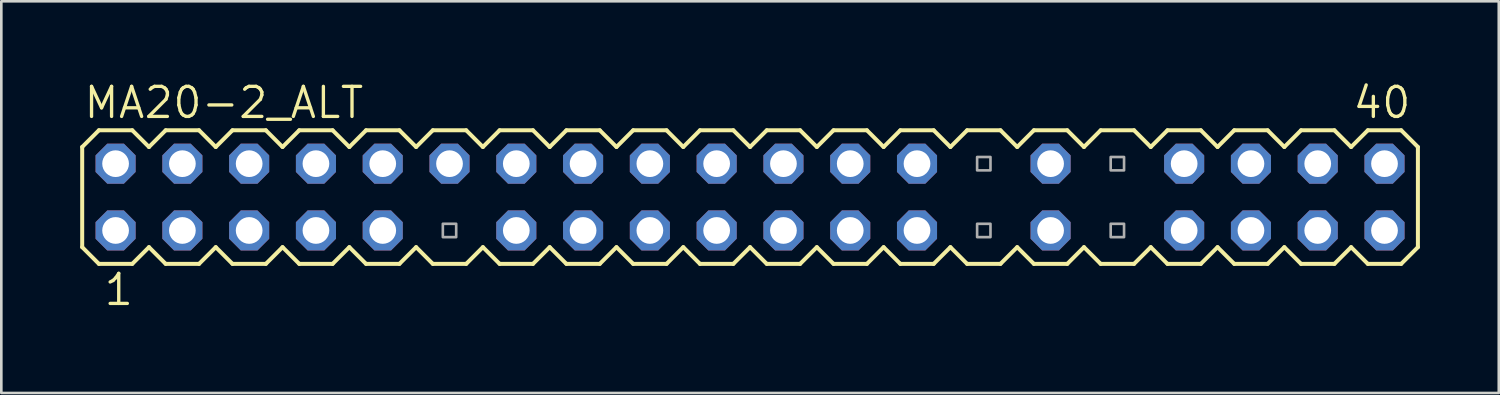
<source format=kicad_pcb>
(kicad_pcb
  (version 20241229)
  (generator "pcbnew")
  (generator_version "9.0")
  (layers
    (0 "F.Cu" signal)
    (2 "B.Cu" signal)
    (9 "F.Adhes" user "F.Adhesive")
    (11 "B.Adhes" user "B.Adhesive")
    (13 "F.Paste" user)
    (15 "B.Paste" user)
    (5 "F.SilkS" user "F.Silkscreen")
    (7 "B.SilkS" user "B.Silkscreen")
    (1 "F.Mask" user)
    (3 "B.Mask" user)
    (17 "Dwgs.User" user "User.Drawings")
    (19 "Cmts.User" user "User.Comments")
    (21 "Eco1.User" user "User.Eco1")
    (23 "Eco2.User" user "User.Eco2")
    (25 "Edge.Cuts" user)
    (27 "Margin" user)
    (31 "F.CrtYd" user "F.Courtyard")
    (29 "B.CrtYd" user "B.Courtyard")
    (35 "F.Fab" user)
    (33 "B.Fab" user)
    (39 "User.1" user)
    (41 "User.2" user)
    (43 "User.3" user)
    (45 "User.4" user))
  (footprint "MA20-2_ALT"
    (layer "F.Cu")
    (at 25.476 4.445)
    (property "Reference" "MA20-2_ALT" (at -25.4 -2.921 0) (layer "F.SilkS") (effects (font (size 1.143 1.143) (thickness 0.127)) (justify left bottom)))
    (fp_line (start -25.4 -1.905) (end -25.4 1.905) (stroke (width 0.152) (type solid)) (layer "F.SilkS"))
    (fp_line (start -25.4 1.905) (end -24.765 2.54) (stroke (width 0.152) (type solid)) (layer "F.SilkS"))
    (fp_line (start -24.765 -2.54) (end -25.4 -1.905) (stroke (width 0.152) (type solid)) (layer "F.SilkS"))
    (fp_line (start -24.765 -2.54) (end -23.495 -2.54) (stroke (width 0.152) (type solid)) (layer "F.SilkS"))
    (fp_line (start -23.495 -2.54) (end -22.86 -1.905) (stroke (width 0.152) (type solid)) (layer "F.SilkS"))
    (fp_line (start -23.495 2.54) (end -24.765 2.54) (stroke (width 0.152) (type solid)) (layer "F.SilkS"))
    (fp_line (start -22.86 -1.905) (end -22.225 -2.54) (stroke (width 0.152) (type solid)) (layer "F.SilkS"))
    (fp_line (start -22.86 1.905) (end -23.495 2.54) (stroke (width 0.152) (type solid)) (layer "F.SilkS"))
    (fp_line (start -22.225 -2.54) (end -20.955 -2.54) (stroke (width 0.152) (type solid)) (layer "F.SilkS"))
    (fp_line (start -22.225 2.54) (end -22.86 1.905) (stroke (width 0.152) (type solid)) (layer "F.SilkS"))
    (fp_line (start -20.955 -2.54) (end -20.32 -1.905) (stroke (width 0.152) (type solid)) (layer "F.SilkS"))
    (fp_line (start -20.955 2.54) (end -22.225 2.54) (stroke (width 0.152) (type solid)) (layer "F.SilkS"))
    (fp_line (start -20.32 -1.905) (end -19.685 -2.54) (stroke (width 0.152) (type solid)) (layer "F.SilkS"))
    (fp_line (start -20.32 1.905) (end -20.955 2.54) (stroke (width 0.152) (type solid)) (layer "F.SilkS"))
    (fp_line (start -19.685 -2.54) (end -18.415 -2.54) (stroke (width 0.152) (type solid)) (layer "F.SilkS"))
    (fp_line (start -19.685 2.54) (end -20.32 1.905) (stroke (width 0.152) (type solid)) (layer "F.SilkS"))
    (fp_line (start -18.415 -2.54) (end -17.78 -1.905) (stroke (width 0.152) (type solid)) (layer "F.SilkS"))
    (fp_line (start -18.415 2.54) (end -19.685 2.54) (stroke (width 0.152) (type solid)) (layer "F.SilkS"))
    (fp_line (start -17.78 1.905) (end -18.415 2.54) (stroke (width 0.152) (type solid)) (layer "F.SilkS"))
    (fp_line (start -17.78 1.905) (end -17.145 2.54) (stroke (width 0.152) (type solid)) (layer "F.SilkS"))
    (fp_line (start -17.145 -2.54) (end -17.78 -1.905) (stroke (width 0.152) (type solid)) (layer "F.SilkS"))
    (fp_line (start -17.145 -2.54) (end -15.875 -2.54) (stroke (width 0.152) (type solid)) (layer "F.SilkS"))
    (fp_line (start -15.875 -2.54) (end -15.24 -1.905) (stroke (width 0.152) (type solid)) (layer "F.SilkS"))
    (fp_line (start -15.875 2.54) (end -17.145 2.54) (stroke (width 0.152) (type solid)) (layer "F.SilkS"))
    (fp_line (start -15.24 -1.905) (end -14.605 -2.54) (stroke (width 0.152) (type solid)) (layer "F.SilkS"))
    (fp_line (start -15.24 1.905) (end -15.875 2.54) (stroke (width 0.152) (type solid)) (layer "F.SilkS"))
    (fp_line (start -14.605 -2.54) (end -13.335 -2.54) (stroke (width 0.152) (type solid)) (layer "F.SilkS"))
    (fp_line (start -14.605 2.54) (end -15.24 1.905) (stroke (width 0.152) (type solid)) (layer "F.SilkS"))
    (fp_line (start -13.335 -2.54) (end -12.7 -1.905) (stroke (width 0.152) (type solid)) (layer "F.SilkS"))
    (fp_line (start -13.335 2.54) (end -14.605 2.54) (stroke (width 0.152) (type solid)) (layer "F.SilkS"))
    (fp_line (start -12.7 -1.905) (end -12.065 -2.54) (stroke (width 0.152) (type solid)) (layer "F.SilkS"))
    (fp_line (start -12.7 1.905) (end -13.335 2.54) (stroke (width 0.152) (type solid)) (layer "F.SilkS"))
    (fp_line (start -12.065 -2.54) (end -10.795 -2.54) (stroke (width 0.152) (type solid)) (layer "F.SilkS"))
    (fp_line (start -12.065 2.54) (end -12.7 1.905) (stroke (width 0.152) (type solid)) (layer "F.SilkS"))
    (fp_line (start -10.795 -2.54) (end -10.16 -1.905) (stroke (width 0.152) (type solid)) (layer "F.SilkS"))
    (fp_line (start -10.795 2.54) (end -12.065 2.54) (stroke (width 0.152) (type solid)) (layer "F.SilkS"))
    (fp_line (start -10.16 -1.905) (end -9.525 -2.54) (stroke (width 0.152) (type solid)) (layer "F.SilkS"))
    (fp_line (start -10.16 1.905) (end -10.795 2.54) (stroke (width 0.152) (type solid)) (layer "F.SilkS"))
    (fp_line (start -9.525 -2.54) (end -8.255 -2.54) (stroke (width 0.152) (type solid)) (layer "F.SilkS"))
    (fp_line (start -9.525 2.54) (end -10.16 1.905) (stroke (width 0.152) (type solid)) (layer "F.SilkS"))
    (fp_line (start -8.255 -2.54) (end -7.62 -1.905) (stroke (width 0.152) (type solid)) (layer "F.SilkS"))
    (fp_line (start -8.255 2.54) (end -9.525 2.54) (stroke (width 0.152) (type solid)) (layer "F.SilkS"))
    (fp_line (start -7.62 1.905) (end -8.255 2.54) (stroke (width 0.152) (type solid)) (layer "F.SilkS"))
    (fp_line (start -7.62 1.905) (end -6.985 2.54) (stroke (width 0.152) (type solid)) (layer "F.SilkS"))
    (fp_line (start -6.985 -2.54) (end -7.62 -1.905) (stroke (width 0.152) (type solid)) (layer "F.SilkS"))
    (fp_line (start -6.985 -2.54) (end -5.715 -2.54) (stroke (width 0.152) (type solid)) (layer "F.SilkS"))
    (fp_line (start -5.715 -2.54) (end -5.08 -1.905) (stroke (width 0.152) (type solid)) (layer "F.SilkS"))
    (fp_line (start -5.715 2.54) (end -6.985 2.54) (stroke (width 0.152) (type solid)) (layer "F.SilkS"))
    (fp_line (start -5.08 -1.905) (end -4.445 -2.54) (stroke (width 0.152) (type solid)) (layer "F.SilkS"))
    (fp_line (start -5.08 1.905) (end -5.715 2.54) (stroke (width 0.152) (type solid)) (layer "F.SilkS"))
    (fp_line (start -4.445 -2.54) (end -3.175 -2.54) (stroke (width 0.152) (type solid)) (layer "F.SilkS"))
    (fp_line (start -4.445 2.54) (end -5.08 1.905) (stroke (width 0.152) (type solid)) (layer "F.SilkS"))
    (fp_line (start -3.175 -2.54) (end -2.54 -1.905) (stroke (width 0.152) (type solid)) (layer "F.SilkS"))
    (fp_line (start -3.175 2.54) (end -4.445 2.54) (stroke (width 0.152) (type solid)) (layer "F.SilkS"))
    (fp_line (start -2.54 -1.905) (end -1.905 -2.54) (stroke (width 0.152) (type solid)) (layer "F.SilkS"))
    (fp_line (start -2.54 1.905) (end -3.175 2.54) (stroke (width 0.152) (type solid)) (layer "F.SilkS"))
    (fp_line (start -1.905 -2.54) (end -0.635 -2.54) (stroke (width 0.152) (type solid)) (layer "F.SilkS"))
    (fp_line (start -1.905 2.54) (end -2.54 1.905) (stroke (width 0.152) (type solid)) (layer "F.SilkS"))
    (fp_line (start -0.635 -2.54) (end 0 -1.905) (stroke (width 0.152) (type solid)) (layer "F.SilkS"))
    (fp_line (start -0.635 2.54) (end -1.905 2.54) (stroke (width 0.152) (type solid)) (layer "F.SilkS"))
    (fp_line (start 0 1.905) (end -0.635 2.54) (stroke (width 0.152) (type solid)) (layer "F.SilkS"))
    (fp_line (start 0 1.905) (end 0.635 2.54) (stroke (width 0.152) (type solid)) (layer "F.SilkS"))
    (fp_line (start 0.635 -2.54) (end 0 -1.905) (stroke (width 0.152) (type solid)) (layer "F.SilkS"))
    (fp_line (start 0.635 -2.54) (end 1.905 -2.54) (stroke (width 0.152) (type solid)) (layer "F.SilkS"))
    (fp_line (start 1.905 -2.54) (end 2.54 -1.905) (stroke (width 0.152) (type solid)) (layer "F.SilkS"))
    (fp_line (start 1.905 2.54) (end 0.635 2.54) (stroke (width 0.152) (type solid)) (layer "F.SilkS"))
    (fp_line (start 2.54 -1.905) (end 3.175 -2.54) (stroke (width 0.152) (type solid)) (layer "F.SilkS"))
    (fp_line (start 2.54 1.905) (end 1.905 2.54) (stroke (width 0.152) (type solid)) (layer "F.SilkS"))
    (fp_line (start 3.175 -2.54) (end 4.445 -2.54) (stroke (width 0.152) (type solid)) (layer "F.SilkS"))
    (fp_line (start 3.175 2.54) (end 2.54 1.905) (stroke (width 0.152) (type solid)) (layer "F.SilkS"))
    (fp_line (start 4.445 -2.54) (end 5.08 -1.905) (stroke (width 0.152) (type solid)) (layer "F.SilkS"))
    (fp_line (start 4.445 2.54) (end 3.175 2.54) (stroke (width 0.152) (type solid)) (layer "F.SilkS"))
    (fp_line (start 5.08 -1.905) (end 5.715 -2.54) (stroke (width 0.152) (type solid)) (layer "F.SilkS"))
    (fp_line (start 5.08 1.905) (end 4.445 2.54) (stroke (width 0.152) (type solid)) (layer "F.SilkS"))
    (fp_line (start 5.715 -2.54) (end 6.985 -2.54) (stroke (width 0.152) (type solid)) (layer "F.SilkS"))
    (fp_line (start 5.715 2.54) (end 5.08 1.905) (stroke (width 0.152) (type solid)) (layer "F.SilkS"))
    (fp_line (start 6.985 -2.54) (end 7.62 -1.905) (stroke (width 0.152) (type solid)) (layer "F.SilkS"))
    (fp_line (start 6.985 2.54) (end 5.715 2.54) (stroke (width 0.152) (type solid)) (layer "F.SilkS"))
    (fp_line (start 7.62 -1.905) (end 8.255 -2.54) (stroke (width 0.152) (type solid)) (layer "F.SilkS"))
    (fp_line (start 7.62 1.905) (end 6.985 2.54) (stroke (width 0.152) (type solid)) (layer "F.SilkS"))
    (fp_line (start 8.255 -2.54) (end 9.525 -2.54) (stroke (width 0.152) (type solid)) (layer "F.SilkS"))
    (fp_line (start 8.255 2.54) (end 7.62 1.905) (stroke (width 0.152) (type solid)) (layer "F.SilkS"))
    (fp_line (start 9.525 -2.54) (end 10.16 -1.905) (stroke (width 0.152) (type solid)) (layer "F.SilkS"))
    (fp_line (start 9.525 2.54) (end 8.255 2.54) (stroke (width 0.152) (type solid)) (layer "F.SilkS"))
    (fp_line (start 10.16 1.905) (end 9.525 2.54) (stroke (width 0.152) (type solid)) (layer "F.SilkS"))
    (fp_line (start 10.16 1.905) (end 10.795 2.54) (stroke (width 0.152) (type solid)) (layer "F.SilkS"))
    (fp_line (start 10.795 -2.54) (end 10.16 -1.905) (stroke (width 0.152) (type solid)) (layer "F.SilkS"))
    (fp_line (start 10.795 -2.54) (end 12.065 -2.54) (stroke (width 0.152) (type solid)) (layer "F.SilkS"))
    (fp_line (start 12.065 -2.54) (end 12.7 -1.905) (stroke (width 0.152) (type solid)) (layer "F.SilkS"))
    (fp_line (start 12.065 2.54) (end 10.795 2.54) (stroke (width 0.152) (type solid)) (layer "F.SilkS"))
    (fp_line (start 12.7 -1.905) (end 13.335 -2.54) (stroke (width 0.152) (type solid)) (layer "F.SilkS"))
    (fp_line (start 12.7 1.905) (end 12.065 2.54) (stroke (width 0.152) (type solid)) (layer "F.SilkS"))
    (fp_line (start 13.335 -2.54) (end 14.605 -2.54) (stroke (width 0.152) (type solid)) (layer "F.SilkS"))
    (fp_line (start 13.335 2.54) (end 12.7 1.905) (stroke (width 0.152) (type solid)) (layer "F.SilkS"))
    (fp_line (start 14.605 -2.54) (end 15.24 -1.905) (stroke (width 0.152) (type solid)) (layer "F.SilkS"))
    (fp_line (start 14.605 2.54) (end 13.335 2.54) (stroke (width 0.152) (type solid)) (layer "F.SilkS"))
    (fp_line (start 15.24 -1.905) (end 15.875 -2.54) (stroke (width 0.152) (type solid)) (layer "F.SilkS"))
    (fp_line (start 15.24 1.905) (end 14.605 2.54) (stroke (width 0.152) (type solid)) (layer "F.SilkS"))
    (fp_line (start 15.875 -2.54) (end 17.145 -2.54) (stroke (width 0.152) (type solid)) (layer "F.SilkS"))
    (fp_line (start 15.875 2.54) (end 15.24 1.905) (stroke (width 0.152) (type solid)) (layer "F.SilkS"))
    (fp_line (start 17.145 -2.54) (end 17.78 -1.905) (stroke (width 0.152) (type solid)) (layer "F.SilkS"))
    (fp_line (start 17.145 2.54) (end 15.875 2.54) (stroke (width 0.152) (type solid)) (layer "F.SilkS"))
    (fp_line (start 17.78 1.905) (end 17.145 2.54) (stroke (width 0.152) (type solid)) (layer "F.SilkS"))
    (fp_line (start 17.78 1.905) (end 18.415 2.54) (stroke (width 0.152) (type solid)) (layer "F.SilkS"))
    (fp_line (start 18.415 -2.54) (end 17.78 -1.905) (stroke (width 0.152) (type solid)) (layer "F.SilkS"))
    (fp_line (start 18.415 -2.54) (end 19.685 -2.54) (stroke (width 0.152) (type solid)) (layer "F.SilkS"))
    (fp_line (start 19.685 -2.54) (end 20.32 -1.905) (stroke (width 0.152) (type solid)) (layer "F.SilkS"))
    (fp_line (start 19.685 2.54) (end 18.415 2.54) (stroke (width 0.152) (type solid)) (layer "F.SilkS"))
    (fp_line (start 20.32 -1.905) (end 20.955 -2.54) (stroke (width 0.152) (type solid)) (layer "F.SilkS"))
    (fp_line (start 20.32 1.905) (end 19.685 2.54) (stroke (width 0.152) (type solid)) (layer "F.SilkS"))
    (fp_line (start 20.955 -2.54) (end 22.225 -2.54) (stroke (width 0.152) (type solid)) (layer "F.SilkS"))
    (fp_line (start 20.955 2.54) (end 20.32 1.905) (stroke (width 0.152) (type solid)) (layer "F.SilkS"))
    (fp_line (start 22.225 -2.54) (end 22.86 -1.905) (stroke (width 0.152) (type solid)) (layer "F.SilkS"))
    (fp_line (start 22.225 2.54) (end 20.955 2.54) (stroke (width 0.152) (type solid)) (layer "F.SilkS"))
    (fp_line (start 22.86 -1.905) (end 23.495 -2.54) (stroke (width 0.152) (type solid)) (layer "F.SilkS"))
    (fp_line (start 22.86 1.905) (end 22.225 2.54) (stroke (width 0.152) (type solid)) (layer "F.SilkS"))
    (fp_line (start 23.495 -2.54) (end 24.765 -2.54) (stroke (width 0.152) (type solid)) (layer "F.SilkS"))
    (fp_line (start 23.495 2.54) (end 22.86 1.905) (stroke (width 0.152) (type solid)) (layer "F.SilkS"))
    (fp_line (start 24.765 -2.54) (end 25.4 -1.905) (stroke (width 0.152) (type solid)) (layer "F.SilkS"))
    (fp_line (start 24.765 2.54) (end 23.495 2.54) (stroke (width 0.152) (type solid)) (layer "F.SilkS"))
    (fp_line (start 25.4 -1.905) (end 25.4 1.905) (stroke (width 0.152) (type solid)) (layer "F.SilkS"))
    (fp_line (start 25.4 1.905) (end 24.765 2.54) (stroke (width 0.152) (type solid)) (layer "F.SilkS"))
    (fp_poly (pts (xy -24.384 -1.016) (xy -23.876 -1.016) (xy -23.876 -1.524) (xy -24.384 -1.524)) (stroke (width 0.1) (type default)) (fill no) (layer "F.Fab"))
    (fp_poly (pts (xy -24.384 1.524) (xy -23.876 1.524) (xy -23.876 1.016) (xy -24.384 1.016)) (stroke (width 0.1) (type default)) (fill no) (layer "F.Fab"))
    (fp_poly (pts (xy -21.844 -1.016) (xy -21.336 -1.016) (xy -21.336 -1.524) (xy -21.844 -1.524)) (stroke (width 0.1) (type default)) (fill no) (layer "F.Fab"))
    (fp_poly (pts (xy -21.844 1.524) (xy -21.336 1.524) (xy -21.336 1.016) (xy -21.844 1.016)) (stroke (width 0.1) (type default)) (fill no) (layer "F.Fab"))
    (fp_poly (pts (xy -19.304 -1.016) (xy -18.796 -1.016) (xy -18.796 -1.524) (xy -19.304 -1.524)) (stroke (width 0.1) (type default)) (fill no) (layer "F.Fab"))
    (fp_poly (pts (xy -19.304 1.524) (xy -18.796 1.524) (xy -18.796 1.016) (xy -19.304 1.016)) (stroke (width 0.1) (type default)) (fill no) (layer "F.Fab"))
    (fp_poly (pts (xy -16.764 -1.016) (xy -16.256 -1.016) (xy -16.256 -1.524) (xy -16.764 -1.524)) (stroke (width 0.1) (type default)) (fill no) (layer "F.Fab"))
    (fp_poly (pts (xy -16.764 1.524) (xy -16.256 1.524) (xy -16.256 1.016) (xy -16.764 1.016)) (stroke (width 0.1) (type default)) (fill no) (layer "F.Fab"))
    (fp_poly (pts (xy -14.224 -1.016) (xy -13.716 -1.016) (xy -13.716 -1.524) (xy -14.224 -1.524)) (stroke (width 0.1) (type default)) (fill no) (layer "F.Fab"))
    (fp_poly (pts (xy -14.224 1.524) (xy -13.716 1.524) (xy -13.716 1.016) (xy -14.224 1.016)) (stroke (width 0.1) (type default)) (fill no) (layer "F.Fab"))
    (fp_poly (pts (xy -11.684 -1.016) (xy -11.176 -1.016) (xy -11.176 -1.524) (xy -11.684 -1.524)) (stroke (width 0.1) (type default)) (fill no) (layer "F.Fab"))
    (fp_poly (pts (xy -11.684 1.524) (xy -11.176 1.524) (xy -11.176 1.016) (xy -11.684 1.016)) (stroke (width 0.1) (type default)) (fill no) (layer "F.Fab"))
    (fp_poly (pts (xy -9.144 -1.016) (xy -8.636 -1.016) (xy -8.636 -1.524) (xy -9.144 -1.524)) (stroke (width 0.1) (type default)) (fill no) (layer "F.Fab"))
    (fp_poly (pts (xy -9.144 1.524) (xy -8.636 1.524) (xy -8.636 1.016) (xy -9.144 1.016)) (stroke (width 0.1) (type default)) (fill no) (layer "F.Fab"))
    (fp_poly (pts (xy -6.604 -1.016) (xy -6.096 -1.016) (xy -6.096 -1.524) (xy -6.604 -1.524)) (stroke (width 0.1) (type default)) (fill no) (layer "F.Fab"))
    (fp_poly (pts (xy -6.604 1.524) (xy -6.096 1.524) (xy -6.096 1.016) (xy -6.604 1.016)) (stroke (width 0.1) (type default)) (fill no) (layer "F.Fab"))
    (fp_poly (pts (xy -4.064 -1.016) (xy -3.556 -1.016) (xy -3.556 -1.524) (xy -4.064 -1.524)) (stroke (width 0.1) (type default)) (fill no) (layer "F.Fab"))
    (fp_poly (pts (xy -4.064 1.524) (xy -3.556 1.524) (xy -3.556 1.016) (xy -4.064 1.016)) (stroke (width 0.1) (type default)) (fill no) (layer "F.Fab"))
    (fp_poly (pts (xy -1.524 -1.016) (xy -1.016 -1.016) (xy -1.016 -1.524) (xy -1.524 -1.524)) (stroke (width 0.1) (type default)) (fill no) (layer "F.Fab"))
    (fp_poly (pts (xy -1.524 1.524) (xy -1.016 1.524) (xy -1.016 1.016) (xy -1.524 1.016)) (stroke (width 0.1) (type default)) (fill no) (layer "F.Fab"))
    (fp_poly (pts (xy 1.016 -1.016) (xy 1.524 -1.016) (xy 1.524 -1.524) (xy 1.016 -1.524)) (stroke (width 0.1) (type default)) (fill no) (layer "F.Fab"))
    (fp_poly (pts (xy 1.016 1.524) (xy 1.524 1.524) (xy 1.524 1.016) (xy 1.016 1.016)) (stroke (width 0.1) (type default)) (fill no) (layer "F.Fab"))
    (fp_poly (pts (xy 3.556 -1.016) (xy 4.064 -1.016) (xy 4.064 -1.524) (xy 3.556 -1.524)) (stroke (width 0.1) (type default)) (fill no) (layer "F.Fab"))
    (fp_poly (pts (xy 3.556 1.524) (xy 4.064 1.524) (xy 4.064 1.016) (xy 3.556 1.016)) (stroke (width 0.1) (type default)) (fill no) (layer "F.Fab"))
    (fp_poly (pts (xy 6.096 -1.016) (xy 6.604 -1.016) (xy 6.604 -1.524) (xy 6.096 -1.524)) (stroke (width 0.1) (type default)) (fill no) (layer "F.Fab"))
    (fp_poly (pts (xy 6.096 1.524) (xy 6.604 1.524) (xy 6.604 1.016) (xy 6.096 1.016)) (stroke (width 0.1) (type default)) (fill no) (layer "F.Fab"))
    (fp_poly (pts (xy 8.636 -1.016) (xy 9.144 -1.016) (xy 9.144 -1.524) (xy 8.636 -1.524)) (stroke (width 0.1) (type default)) (fill no) (layer "F.Fab"))
    (fp_poly (pts (xy 8.636 1.524) (xy 9.144 1.524) (xy 9.144 1.016) (xy 8.636 1.016)) (stroke (width 0.1) (type default)) (fill no) (layer "F.Fab"))
    (fp_poly (pts (xy 11.176 -1.016) (xy 11.684 -1.016) (xy 11.684 -1.524) (xy 11.176 -1.524)) (stroke (width 0.1) (type default)) (fill no) (layer "F.Fab"))
    (fp_poly (pts (xy 11.176 1.524) (xy 11.684 1.524) (xy 11.684 1.016) (xy 11.176 1.016)) (stroke (width 0.1) (type default)) (fill no) (layer "F.Fab"))
    (fp_poly (pts (xy 13.716 -1.016) (xy 14.224 -1.016) (xy 14.224 -1.524) (xy 13.716 -1.524)) (stroke (width 0.1) (type default)) (fill no) (layer "F.Fab"))
    (fp_poly (pts (xy 13.716 1.524) (xy 14.224 1.524) (xy 14.224 1.016) (xy 13.716 1.016)) (stroke (width 0.1) (type default)) (fill no) (layer "F.Fab"))
    (fp_poly (pts (xy 16.256 -1.016) (xy 16.764 -1.016) (xy 16.764 -1.524) (xy 16.256 -1.524)) (stroke (width 0.1) (type default)) (fill no) (layer "F.Fab"))
    (fp_poly (pts (xy 16.256 1.524) (xy 16.764 1.524) (xy 16.764 1.016) (xy 16.256 1.016)) (stroke (width 0.1) (type default)) (fill no) (layer "F.Fab"))
    (fp_poly (pts (xy 18.796 -1.016) (xy 19.304 -1.016) (xy 19.304 -1.524) (xy 18.796 -1.524)) (stroke (width 0.1) (type default)) (fill no) (layer "F.Fab"))
    (fp_poly (pts (xy 18.796 1.524) (xy 19.304 1.524) (xy 19.304 1.016) (xy 18.796 1.016)) (stroke (width 0.1) (type default)) (fill no) (layer "F.Fab"))
    (fp_poly (pts (xy 21.336 -1.016) (xy 21.844 -1.016) (xy 21.844 -1.524) (xy 21.336 -1.524)) (stroke (width 0.1) (type default)) (fill no) (layer "F.Fab"))
    (fp_poly (pts (xy 21.336 1.524) (xy 21.844 1.524) (xy 21.844 1.016) (xy 21.336 1.016)) (stroke (width 0.1) (type default)) (fill no) (layer "F.Fab"))
    (fp_poly (pts (xy 23.876 -1.016) (xy 24.384 -1.016) (xy 24.384 -1.524) (xy 23.876 -1.524)) (stroke (width 0.1) (type default)) (fill no) (layer "F.Fab"))
    (fp_poly (pts (xy 23.876 1.524) (xy 24.384 1.524) (xy 24.384 1.016) (xy 23.876 1.016)) (stroke (width 0.1) (type default)) (fill no) (layer "F.Fab"))
    (fp_text user "40" (at 22.86 -2.921 0) (layer "F.SilkS") (effects (font (size 1.143 1.143) (thickness 0.127)) (justify left bottom)))
    (fp_text user "1" (at -24.638 4.191 0) (layer "F.SilkS") (effects (font (size 1.143 1.143) (thickness 0.127)) (justify left bottom)))
    (pad "1" thru_hole roundrect (at -24.13 1.27) (size 1.524 1.524) (drill 1.016) (layers "*.Cu" "*.Mask") (roundrect_rratio 0.25) (chamfer_ratio 0.293) (chamfer top_left top_right bottom_left bottom_right))
    (pad "2" thru_hole roundrect (at -24.13 -1.27) (size 1.524 1.524) (drill 1.016) (layers "*.Cu" "*.Mask") (roundrect_rratio 0.25) (chamfer_ratio 0.293) (chamfer top_left top_right bottom_left bottom_right))
    (pad "3" thru_hole roundrect (at -21.59 1.27) (size 1.524 1.524) (drill 1.016) (layers "*.Cu" "*.Mask") (roundrect_rratio 0.25) (chamfer_ratio 0.293) (chamfer top_left top_right bottom_left bottom_right))
    (pad "4" thru_hole roundrect (at -21.59 -1.27) (size 1.524 1.524) (drill 1.016) (layers "*.Cu" "*.Mask") (roundrect_rratio 0.25) (chamfer_ratio 0.293) (chamfer top_left top_right bottom_left bottom_right))
    (pad "5" thru_hole roundrect (at -19.05 1.27) (size 1.524 1.524) (drill 1.016) (layers "*.Cu" "*.Mask") (roundrect_rratio 0.25) (chamfer_ratio 0.293) (chamfer top_left top_right bottom_left bottom_right))
    (pad "6" thru_hole roundrect (at -19.05 -1.27) (size 1.524 1.524) (drill 1.016) (layers "*.Cu" "*.Mask") (roundrect_rratio 0.25) (chamfer_ratio 0.293) (chamfer top_left top_right bottom_left bottom_right))
    (pad "7" thru_hole roundrect (at -16.51 1.27) (size 1.524 1.524) (drill 1.016) (layers "*.Cu" "*.Mask") (roundrect_rratio 0.25) (chamfer_ratio 0.293) (chamfer top_left top_right bottom_left bottom_right))
    (pad "8" thru_hole roundrect (at -16.51 -1.27) (size 1.524 1.524) (drill 1.016) (layers "*.Cu" "*.Mask") (roundrect_rratio 0.25) (chamfer_ratio 0.293) (chamfer top_left top_right bottom_left bottom_right))
    (pad "9" thru_hole roundrect (at -13.97 1.27) (size 1.524 1.524) (drill 1.016) (layers "*.Cu" "*.Mask") (roundrect_rratio 0.25) (chamfer_ratio 0.293) (chamfer top_left top_right bottom_left bottom_right))
    (pad "10" thru_hole roundrect (at -13.97 -1.27) (size 1.524 1.524) (drill 1.016) (layers "*.Cu" "*.Mask") (roundrect_rratio 0.25) (chamfer_ratio 0.293) (chamfer top_left top_right bottom_left bottom_right))
    (pad "12" thru_hole roundrect (at -11.43 -1.27) (size 1.524 1.524) (drill 1.016) (layers "*.Cu" "*.Mask") (roundrect_rratio 0.25) (chamfer_ratio 0.293) (chamfer top_left top_right bottom_left bottom_right))
    (pad "13" thru_hole roundrect (at -8.89 1.27) (size 1.524 1.524) (drill 1.016) (layers "*.Cu" "*.Mask") (roundrect_rratio 0.25) (chamfer_ratio 0.293) (chamfer top_left top_right bottom_left bottom_right))
    (pad "14" thru_hole roundrect (at -8.89 -1.27) (size 1.524 1.524) (drill 1.016) (layers "*.Cu" "*.Mask") (roundrect_rratio 0.25) (chamfer_ratio 0.293) (chamfer top_left top_right bottom_left bottom_right))
    (pad "15" thru_hole roundrect (at -6.35 1.27) (size 1.524 1.524) (drill 1.016) (layers "*.Cu" "*.Mask") (roundrect_rratio 0.25) (chamfer_ratio 0.293) (chamfer top_left top_right bottom_left bottom_right))
    (pad "16" thru_hole roundrect (at -6.35 -1.27) (size 1.524 1.524) (drill 1.016) (layers "*.Cu" "*.Mask") (roundrect_rratio 0.25) (chamfer_ratio 0.293) (chamfer top_left top_right bottom_left bottom_right))
    (pad "17" thru_hole roundrect (at -3.81 1.27) (size 1.524 1.524) (drill 1.016) (layers "*.Cu" "*.Mask") (roundrect_rratio 0.25) (chamfer_ratio 0.293) (chamfer top_left top_right bottom_left bottom_right))
    (pad "18" thru_hole roundrect (at -3.81 -1.27) (size 1.524 1.524) (drill 1.016) (layers "*.Cu" "*.Mask") (roundrect_rratio 0.25) (chamfer_ratio 0.293) (chamfer top_left top_right bottom_left bottom_right))
    (pad "19" thru_hole roundrect (at -1.27 1.27) (size 1.524 1.524) (drill 1.016) (layers "*.Cu" "*.Mask") (roundrect_rratio 0.25) (chamfer_ratio 0.293) (chamfer top_left top_right bottom_left bottom_right))
    (pad "20" thru_hole roundrect (at -1.27 -1.27) (size 1.524 1.524) (drill 1.016) (layers "*.Cu" "*.Mask") (roundrect_rratio 0.25) (chamfer_ratio 0.293) (chamfer top_left top_right bottom_left bottom_right))
    (pad "21" thru_hole roundrect (at 1.27 1.27) (size 1.524 1.524) (drill 1.016) (layers "*.Cu" "*.Mask") (roundrect_rratio 0.25) (chamfer_ratio 0.293) (chamfer top_left top_right bottom_left bottom_right))
    (pad "22" thru_hole roundrect (at 1.27 -1.27) (size 1.524 1.524) (drill 1.016) (layers "*.Cu" "*.Mask") (roundrect_rratio 0.25) (chamfer_ratio 0.293) (chamfer top_left top_right bottom_left bottom_right))
    (pad "23" thru_hole roundrect (at 3.81 1.27) (size 1.524 1.524) (drill 1.016) (layers "*.Cu" "*.Mask") (roundrect_rratio 0.25) (chamfer_ratio 0.293) (chamfer top_left top_right bottom_left bottom_right))
    (pad "24" thru_hole roundrect (at 3.81 -1.27) (size 1.524 1.524) (drill 1.016) (layers "*.Cu" "*.Mask") (roundrect_rratio 0.25) (chamfer_ratio 0.293) (chamfer top_left top_right bottom_left bottom_right))
    (pad "25" thru_hole roundrect (at 6.35 1.27) (size 1.524 1.524) (drill 1.016) (layers "*.Cu" "*.Mask") (roundrect_rratio 0.25) (chamfer_ratio 0.293) (chamfer top_left top_right bottom_left bottom_right))
    (pad "26" thru_hole roundrect (at 6.35 -1.27) (size 1.524 1.524) (drill 1.016) (layers "*.Cu" "*.Mask") (roundrect_rratio 0.25) (chamfer_ratio 0.293) (chamfer top_left top_right bottom_left bottom_right))
    (pad "29" thru_hole roundrect (at 11.43 1.27) (size 1.524 1.524) (drill 1.016) (layers "*.Cu" "*.Mask") (roundrect_rratio 0.25) (chamfer_ratio 0.293) (chamfer top_left top_right bottom_left bottom_right))
    (pad "30" thru_hole roundrect (at 11.43 -1.27) (size 1.524 1.524) (drill 1.016) (layers "*.Cu" "*.Mask") (roundrect_rratio 0.25) (chamfer_ratio 0.293) (chamfer top_left top_right bottom_left bottom_right))
    (pad "33" thru_hole roundrect (at 16.51 1.27) (size 1.524 1.524) (drill 1.016) (layers "*.Cu" "*.Mask") (roundrect_rratio 0.25) (chamfer_ratio 0.293) (chamfer top_left top_right bottom_left bottom_right))
    (pad "34" thru_hole roundrect (at 16.51 -1.27) (size 1.524 1.524) (drill 1.016) (layers "*.Cu" "*.Mask") (roundrect_rratio 0.25) (chamfer_ratio 0.293) (chamfer top_left top_right bottom_left bottom_right))
    (pad "35" thru_hole roundrect (at 19.05 1.27) (size 1.524 1.524) (drill 1.016) (layers "*.Cu" "*.Mask") (roundrect_rratio 0.25) (chamfer_ratio 0.293) (chamfer top_left top_right bottom_left bottom_right))
    (pad "36" thru_hole roundrect (at 19.05 -1.27) (size 1.524 1.524) (drill 1.016) (layers "*.Cu" "*.Mask") (roundrect_rratio 0.25) (chamfer_ratio 0.293) (chamfer top_left top_right bottom_left bottom_right))
    (pad "37" thru_hole roundrect (at 21.59 1.27) (size 1.524 1.524) (drill 1.016) (layers "*.Cu" "*.Mask") (roundrect_rratio 0.25) (chamfer_ratio 0.293) (chamfer top_left top_right bottom_left bottom_right))
    (pad "38" thru_hole roundrect (at 21.59 -1.27) (size 1.524 1.524) (drill 1.016) (layers "*.Cu" "*.Mask") (roundrect_rratio 0.25) (chamfer_ratio 0.293) (chamfer top_left top_right bottom_left bottom_right))
    (pad "39" thru_hole roundrect (at 24.13 1.27) (size 1.524 1.524) (drill 1.016) (layers "*.Cu" "*.Mask") (roundrect_rratio 0.25) (chamfer_ratio 0.293) (chamfer top_left top_right bottom_left bottom_right))
    (pad "40" thru_hole roundrect (at 24.13 -1.27) (size 1.524 1.524) (drill 1.016) (layers "*.Cu" "*.Mask") (roundrect_rratio 0.25) (chamfer_ratio 0.293) (chamfer top_left top_right bottom_left bottom_right)))
  (gr_rect
    (start -3 -3)
    (end 53.952 11.895)
    (stroke (width 0.1) (type default))
    (fill no)
    (layer "Edge.Cuts")))
</source>
